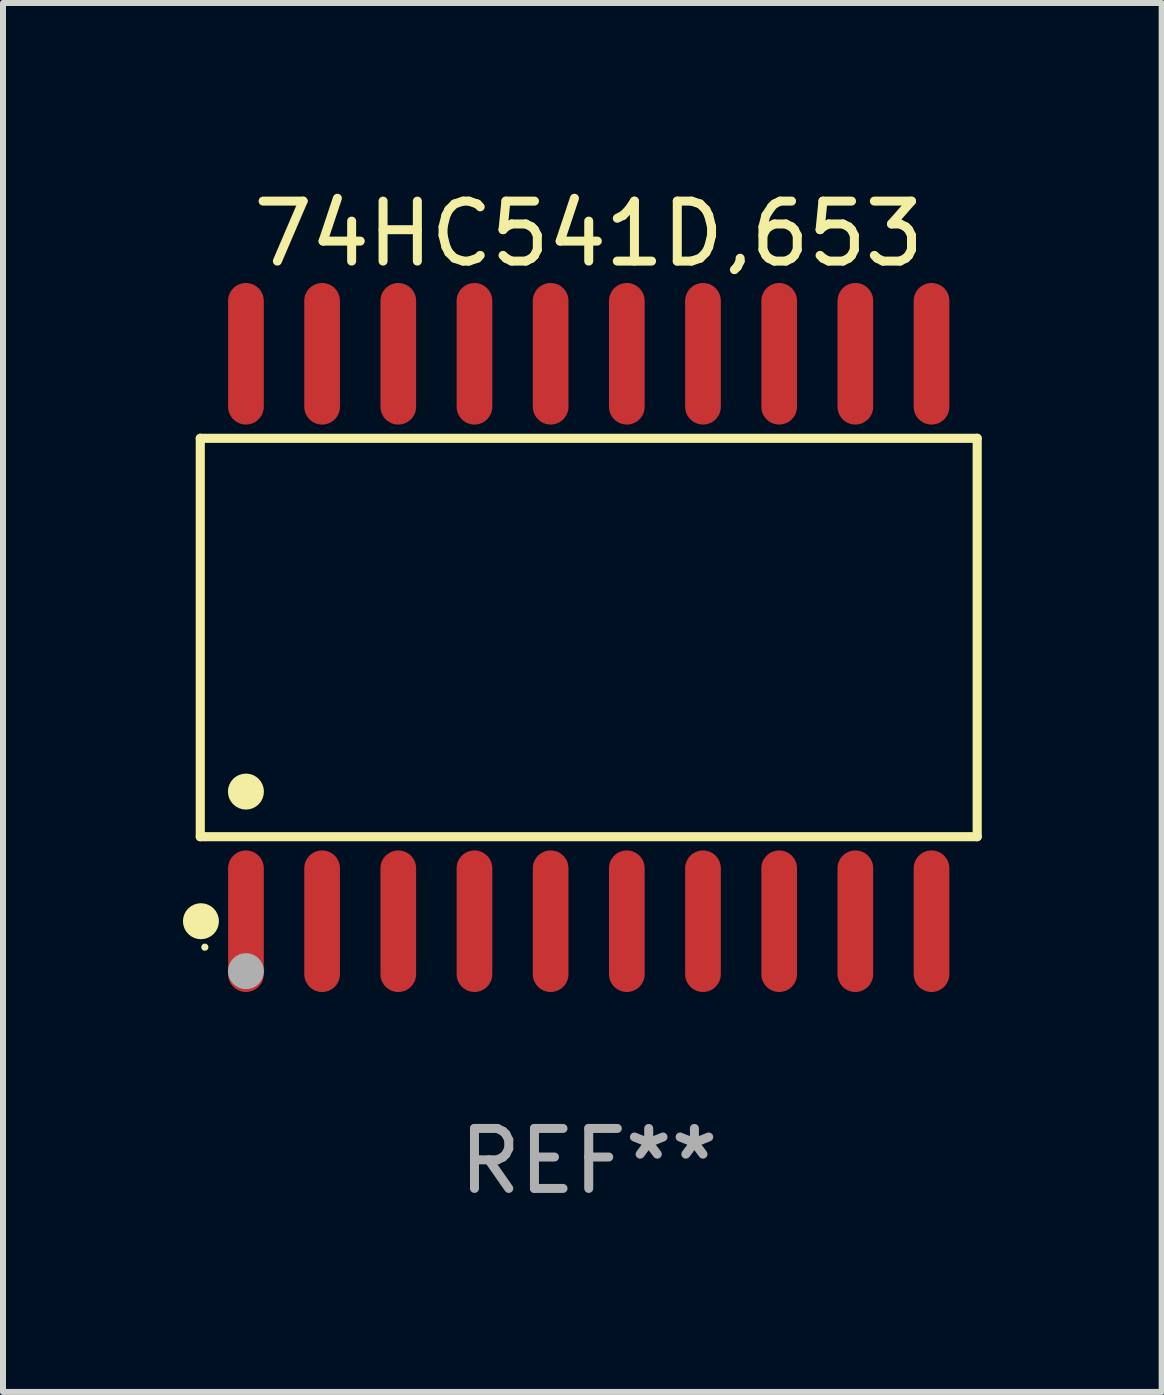
<source format=kicad_pcb>
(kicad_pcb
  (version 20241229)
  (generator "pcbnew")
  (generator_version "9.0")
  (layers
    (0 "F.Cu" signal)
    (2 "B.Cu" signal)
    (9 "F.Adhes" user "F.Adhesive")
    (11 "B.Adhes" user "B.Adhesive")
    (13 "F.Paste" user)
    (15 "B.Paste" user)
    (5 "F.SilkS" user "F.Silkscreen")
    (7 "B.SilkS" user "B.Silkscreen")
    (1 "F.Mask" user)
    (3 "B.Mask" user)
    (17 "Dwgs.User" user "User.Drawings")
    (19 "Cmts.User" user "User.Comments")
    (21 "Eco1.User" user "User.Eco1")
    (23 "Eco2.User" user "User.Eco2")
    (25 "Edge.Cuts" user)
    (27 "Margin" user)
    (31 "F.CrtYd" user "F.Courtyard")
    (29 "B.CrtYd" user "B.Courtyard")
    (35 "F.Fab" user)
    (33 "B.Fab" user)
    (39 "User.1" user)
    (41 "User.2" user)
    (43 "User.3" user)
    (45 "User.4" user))
  (footprint "74HC541D,653"
    (layer "F.Cu")
    (at 6.765 7.578)
    (property "Reference" "74HC541D,653" (at 0 -6.73 0) (layer "F.SilkS") (effects (font (size 1 1) (thickness 0.15))))
    (attr through_hole)
    (fp_line (start -6.476 -3.321) (end 6.476 -3.321) (stroke (width 0.152) (type solid)) (layer "F.SilkS"))
    (fp_line (start -6.476 3.321) (end -6.476 -3.321) (stroke (width 0.152) (type solid)) (layer "F.SilkS"))
    (fp_line (start 6.476 -3.321) (end 6.476 3.321) (stroke (width 0.152) (type solid)) (layer "F.SilkS"))
    (fp_line (start 6.476 3.321) (end -6.476 3.321) (stroke (width 0.152) (type solid)) (layer "F.SilkS"))
    (fp_circle (center -6.465 4.73) (end -6.315 4.73) (stroke (width 0.3) (type solid)) (fill no) (layer "F.SilkS"))
    (fp_circle (center -6.4 5.163) (end -6.37 5.163) (stroke (width 0.06) (type solid)) (fill no) (layer "F.SilkS"))
    (fp_circle (center -5.715 2.569) (end -5.565 2.569) (stroke (width 0.3) (type solid)) (fill no) (layer "F.SilkS"))
    (fp_circle (center -5.715 5.563) (end -5.565 5.563) (stroke (width 0.3) (type solid)) (fill no) (layer "F.Fab"))
    (fp_text user "REF**" (at 0 8.73 0) (layer "F.Fab") (effects (font (size 1 1) (thickness 0.15))))
    (pad "1" smd oval (at -5.715 4.73) (size 0.595 2.36) (layers "F.Cu" "F.Mask" "F.Paste"))
    (pad "2" smd oval (at -4.445 4.73) (size 0.595 2.36) (layers "F.Cu" "F.Mask" "F.Paste"))
    (pad "3" smd oval (at -3.175 4.73) (size 0.595 2.36) (layers "F.Cu" "F.Mask" "F.Paste"))
    (pad "4" smd oval (at -1.905 4.73) (size 0.595 2.36) (layers "F.Cu" "F.Mask" "F.Paste"))
    (pad "5" smd oval (at -0.635 4.73) (size 0.595 2.36) (layers "F.Cu" "F.Mask" "F.Paste"))
    (pad "6" smd oval (at 0.635 4.73) (size 0.595 2.36) (layers "F.Cu" "F.Mask" "F.Paste"))
    (pad "7" smd oval (at 1.905 4.73) (size 0.595 2.36) (layers "F.Cu" "F.Mask" "F.Paste"))
    (pad "8" smd oval (at 3.175 4.73) (size 0.595 2.36) (layers "F.Cu" "F.Mask" "F.Paste"))
    (pad "9" smd oval (at 4.445 4.73) (size 0.595 2.36) (layers "F.Cu" "F.Mask" "F.Paste"))
    (pad "10" smd oval (at 5.715 4.73) (size 0.595 2.36) (layers "F.Cu" "F.Mask" "F.Paste"))
    (pad "11" smd oval (at 5.715 -4.73) (size 0.595 2.36) (layers "F.Cu" "F.Mask" "F.Paste"))
    (pad "12" smd oval (at 4.445 -4.73) (size 0.595 2.36) (layers "F.Cu" "F.Mask" "F.Paste"))
    (pad "13" smd oval (at 3.175 -4.73) (size 0.595 2.36) (layers "F.Cu" "F.Mask" "F.Paste"))
    (pad "14" smd oval (at 1.905 -4.73) (size 0.595 2.36) (layers "F.Cu" "F.Mask" "F.Paste"))
    (pad "15" smd oval (at 0.635 -4.73) (size 0.595 2.36) (layers "F.Cu" "F.Mask" "F.Paste"))
    (pad "16" smd oval (at -0.635 -4.73) (size 0.595 2.36) (layers "F.Cu" "F.Mask" "F.Paste"))
    (pad "17" smd oval (at -1.905 -4.73) (size 0.595 2.36) (layers "F.Cu" "F.Mask" "F.Paste"))
    (pad "18" smd oval (at -3.175 -4.73) (size 0.595 2.36) (layers "F.Cu" "F.Mask" "F.Paste"))
    (pad "19" smd oval (at -4.445 -4.73) (size 0.595 2.36) (layers "F.Cu" "F.Mask" "F.Paste"))
    (pad "20" smd oval (at -5.715 -4.73) (size 0.595 2.36) (layers "F.Cu" "F.Mask" "F.Paste")))
  (gr_rect
    (start -3 -3)
    (end 16.317 20.156)
    (stroke (width 0.1) (type default))
    (fill no)
    (layer "Edge.Cuts")))
</source>
